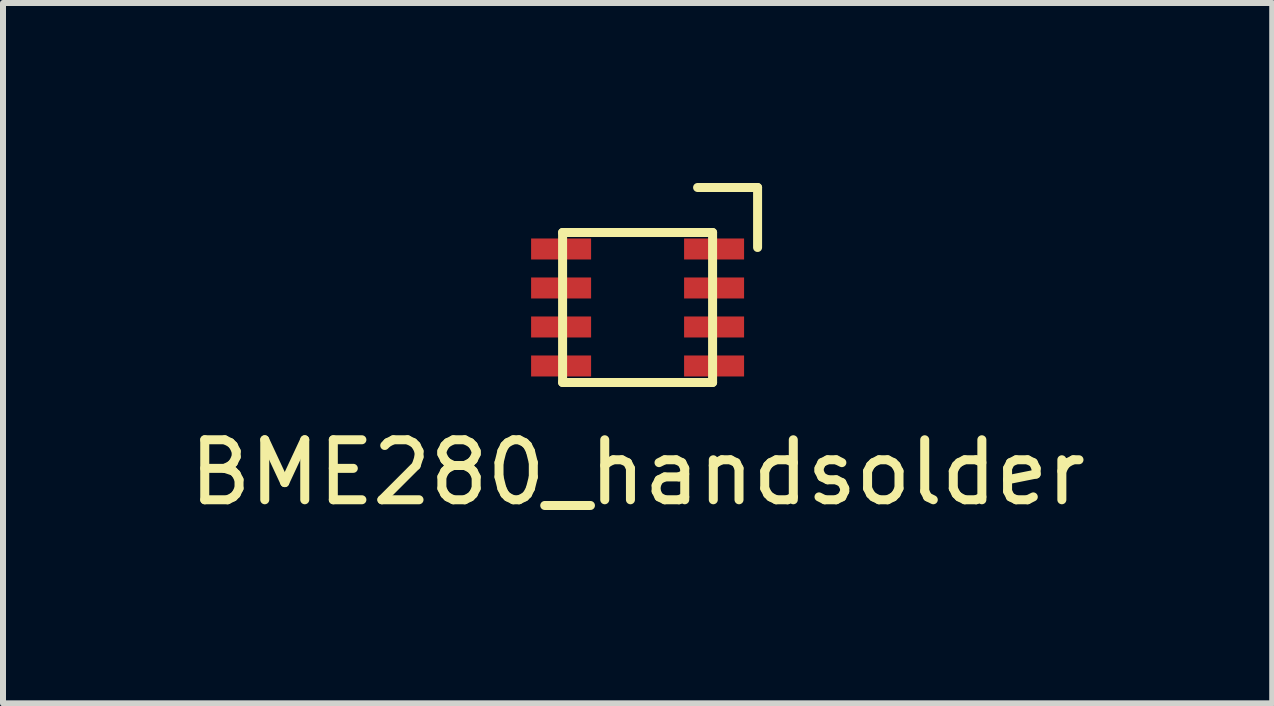
<source format=kicad_pcb>
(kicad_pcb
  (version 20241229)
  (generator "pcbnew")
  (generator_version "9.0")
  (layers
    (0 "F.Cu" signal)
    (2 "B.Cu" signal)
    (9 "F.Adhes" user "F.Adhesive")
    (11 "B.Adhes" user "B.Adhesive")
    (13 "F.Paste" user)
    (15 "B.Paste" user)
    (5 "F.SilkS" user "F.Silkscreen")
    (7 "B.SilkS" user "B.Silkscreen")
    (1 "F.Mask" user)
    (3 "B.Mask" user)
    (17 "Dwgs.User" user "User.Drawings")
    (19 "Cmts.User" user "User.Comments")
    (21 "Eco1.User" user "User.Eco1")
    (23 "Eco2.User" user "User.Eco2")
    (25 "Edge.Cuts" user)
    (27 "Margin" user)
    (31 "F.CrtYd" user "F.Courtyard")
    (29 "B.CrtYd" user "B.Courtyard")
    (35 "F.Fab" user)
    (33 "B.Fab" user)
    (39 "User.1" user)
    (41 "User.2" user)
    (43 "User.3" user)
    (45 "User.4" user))
  (footprint "BME280_handsolder"
    (layer "F.Cu")
    (at 7.577 2.075)
    (property "Reference" "BME280_handsolder" (at 0 2.75 0) (layer "F.SilkS") (effects (font (size 1 1) (thickness 0.15))))
    (attr through_hole)
    (fp_line (start -1.25 -1.25) (end -1.25 1.25) (stroke (width 0.15) (type solid)) (layer "F.SilkS"))
    (fp_line (start -1.25 -1.25) (end 1.25 -1.25) (stroke (width 0.15) (type solid)) (layer "F.SilkS"))
    (fp_line (start 1 -2) (end 2 -2) (stroke (width 0.15) (type solid)) (layer "F.SilkS"))
    (fp_line (start 1.25 -1.25) (end 1.25 1.25) (stroke (width 0.15) (type solid)) (layer "F.SilkS"))
    (fp_line (start 1.25 1.25) (end -1.25 1.25) (stroke (width 0.15) (type solid)) (layer "F.SilkS"))
    (fp_line (start 2 -2) (end 2 -1) (stroke (width 0.15) (type solid)) (layer "F.SilkS"))
    (pad "1" smd rect (at 1.275 -0.975) (size 1 0.35) (layers "F.Cu" "F.Mask" "F.Paste"))
    (pad "2" smd rect (at 1.275 -0.325) (size 1 0.35) (layers "F.Cu" "F.Mask" "F.Paste"))
    (pad "3" smd rect (at 1.275 0.325) (size 1 0.35) (layers "F.Cu" "F.Mask" "F.Paste"))
    (pad "4" smd rect (at 1.275 0.975) (size 1 0.35) (layers "F.Cu" "F.Mask" "F.Paste"))
    (pad "5" smd rect (at -1.275 0.975) (size 1 0.35) (layers "F.Cu" "F.Mask" "F.Paste"))
    (pad "6" smd rect (at -1.275 0.325) (size 1 0.35) (layers "F.Cu" "F.Mask" "F.Paste"))
    (pad "7" smd rect (at -1.275 -0.325) (size 1 0.35) (layers "F.Cu" "F.Mask" "F.Paste"))
    (pad "8" smd rect (at -1.275 -0.975) (size 1 0.35) (layers "F.Cu" "F.Mask" "F.Paste")))
  (gr_rect
    (start -3 -3)
    (end 18.155 8.673)
    (stroke (width 0.1) (type default))
    (fill no)
    (layer "Edge.Cuts")))
</source>
